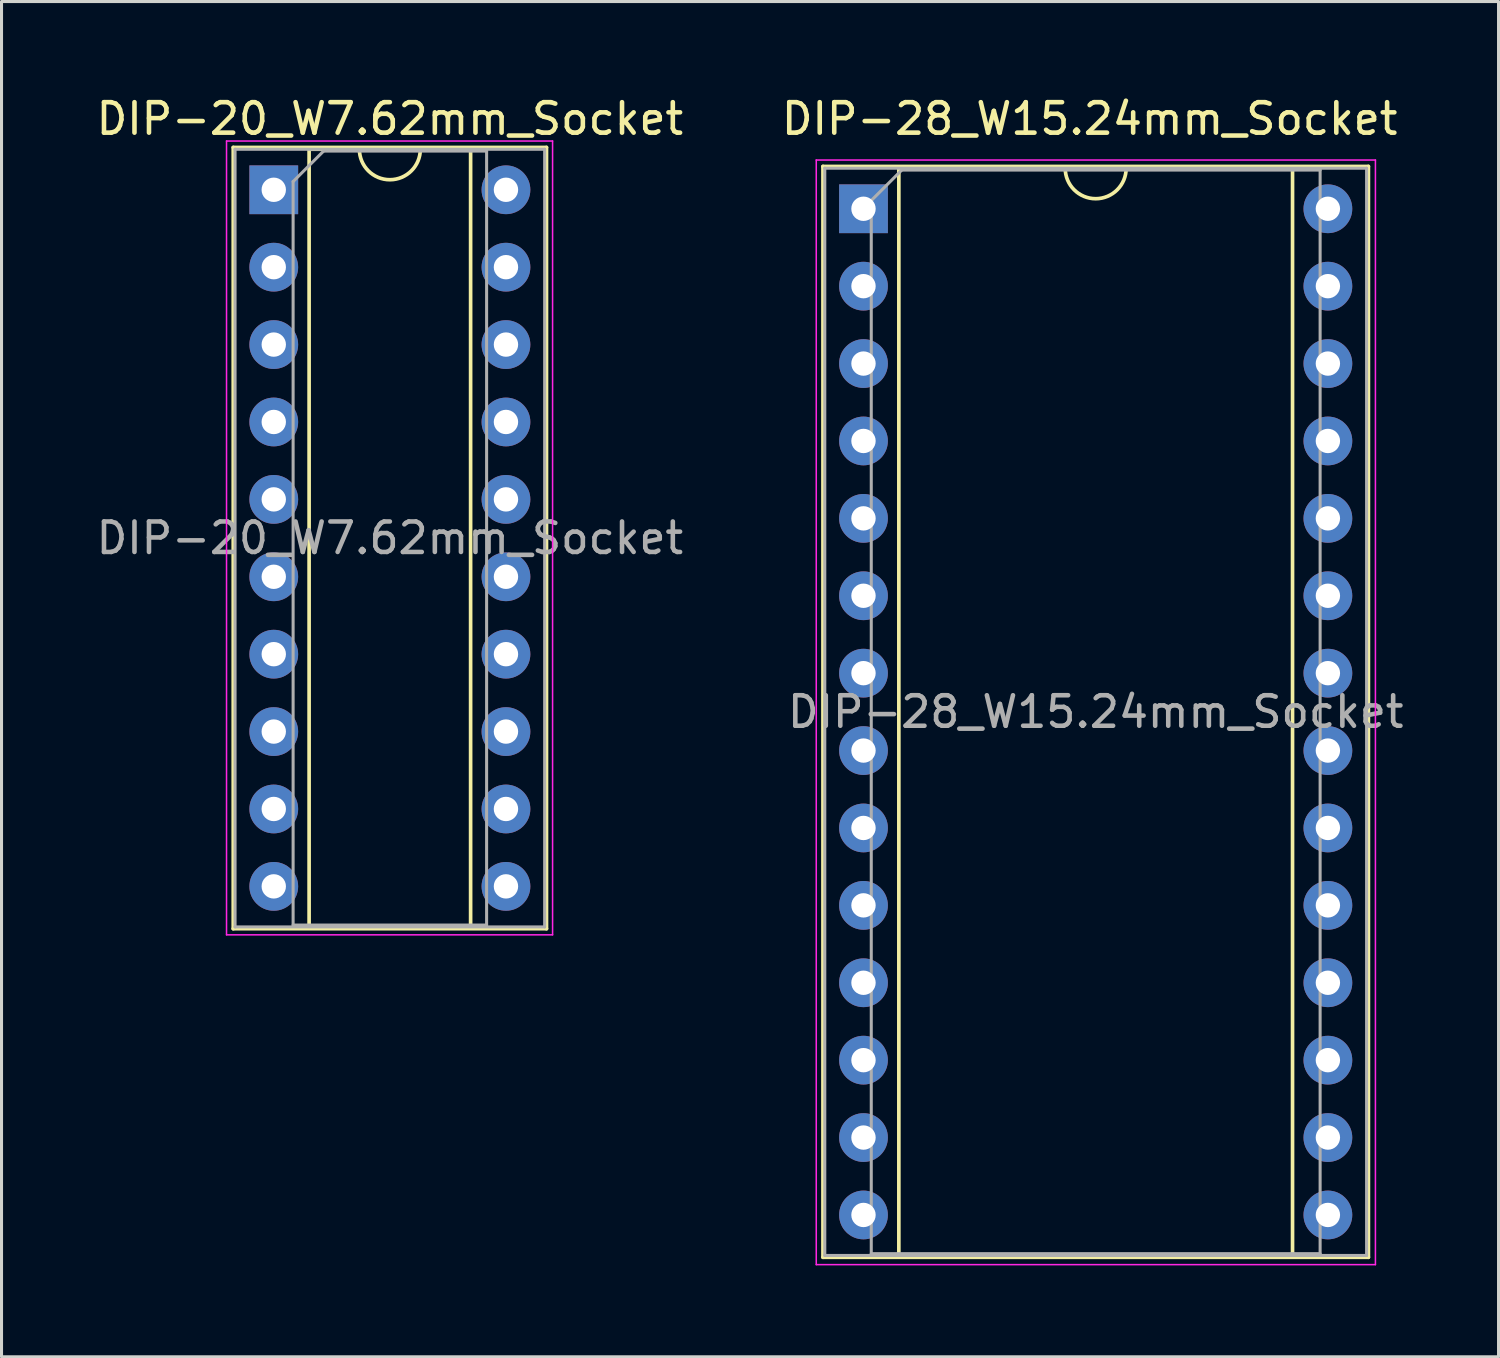
<source format=kicad_pcb>
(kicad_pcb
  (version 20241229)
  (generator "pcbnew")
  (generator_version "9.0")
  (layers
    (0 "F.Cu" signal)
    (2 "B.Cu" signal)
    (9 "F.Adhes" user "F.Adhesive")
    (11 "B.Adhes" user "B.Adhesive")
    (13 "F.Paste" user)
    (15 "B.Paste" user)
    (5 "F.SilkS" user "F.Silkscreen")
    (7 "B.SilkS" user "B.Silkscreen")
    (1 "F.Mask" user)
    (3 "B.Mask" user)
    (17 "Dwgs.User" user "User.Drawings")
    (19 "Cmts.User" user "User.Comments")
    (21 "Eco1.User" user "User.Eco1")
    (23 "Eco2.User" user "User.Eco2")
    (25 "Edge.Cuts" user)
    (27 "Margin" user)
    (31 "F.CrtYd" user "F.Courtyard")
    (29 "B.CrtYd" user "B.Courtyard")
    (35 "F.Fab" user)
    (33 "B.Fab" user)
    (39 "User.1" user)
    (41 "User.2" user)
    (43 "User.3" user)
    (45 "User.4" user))
  (footprint "DIP-20_W7.62mm_Socket"
    (layer "F.Cu")
    (at 5.934 3.178)
    (property "Reference" "DIP-20_W7.62mm_Socket" (at 3.81 -2.33 0) (layer "F.SilkS") (effects (font (size 1 1) (thickness 0.15))))
    (attr through_hole)
    (fp_line (start -1.33 -1.39) (end -1.33 24.25) (stroke (width 0.12) (type solid)) (layer "F.SilkS"))
    (fp_line (start -1.33 24.25) (end 8.95 24.25) (stroke (width 0.12) (type solid)) (layer "F.SilkS"))
    (fp_line (start 1.16 -1.33) (end 1.16 24.19) (stroke (width 0.12) (type solid)) (layer "F.SilkS"))
    (fp_line (start 1.16 24.19) (end 6.46 24.19) (stroke (width 0.12) (type solid)) (layer "F.SilkS"))
    (fp_line (start 2.81 -1.33) (end 1.16 -1.33) (stroke (width 0.12) (type solid)) (layer "F.SilkS"))
    (fp_line (start 6.46 -1.33) (end 4.81 -1.33) (stroke (width 0.12) (type solid)) (layer "F.SilkS"))
    (fp_line (start 6.46 24.19) (end 6.46 -1.33) (stroke (width 0.12) (type solid)) (layer "F.SilkS"))
    (fp_line (start 8.95 -1.39) (end -1.33 -1.39) (stroke (width 0.12) (type solid)) (layer "F.SilkS"))
    (fp_line (start 8.95 24.25) (end 8.95 -1.39) (stroke (width 0.12) (type solid)) (layer "F.SilkS"))
    (fp_arc (start 4.81 -1.33) (mid 3.81 -0.33) (end 2.81 -1.33) (stroke (width 0.12) (type solid)) (layer "F.SilkS"))
    (fp_line (start -1.55 -1.6) (end -1.55 24.45) (stroke (width 0.05) (type solid)) (layer "F.CrtYd"))
    (fp_line (start -1.55 24.45) (end 9.15 24.45) (stroke (width 0.05) (type solid)) (layer "F.CrtYd"))
    (fp_line (start 9.15 -1.6) (end -1.55 -1.6) (stroke (width 0.05) (type solid)) (layer "F.CrtYd"))
    (fp_line (start 9.15 24.45) (end 9.15 -1.6) (stroke (width 0.05) (type solid)) (layer "F.CrtYd"))
    (fp_line (start -1.27 -1.33) (end -1.27 24.19) (stroke (width 0.1) (type solid)) (layer "F.Fab"))
    (fp_line (start -1.27 24.19) (end 8.89 24.19) (stroke (width 0.1) (type solid)) (layer "F.Fab"))
    (fp_line (start 0.635 -0.27) (end 1.635 -1.27) (stroke (width 0.1) (type solid)) (layer "F.Fab"))
    (fp_line (start 0.635 24.13) (end 0.635 -0.27) (stroke (width 0.1) (type solid)) (layer "F.Fab"))
    (fp_line (start 1.635 -1.27) (end 6.985 -1.27) (stroke (width 0.1) (type solid)) (layer "F.Fab"))
    (fp_line (start 6.985 -1.27) (end 6.985 24.13) (stroke (width 0.1) (type solid)) (layer "F.Fab"))
    (fp_line (start 6.985 24.13) (end 0.635 24.13) (stroke (width 0.1) (type solid)) (layer "F.Fab"))
    (fp_line (start 8.89 -1.33) (end -1.27 -1.33) (stroke (width 0.1) (type solid)) (layer "F.Fab"))
    (fp_line (start 8.89 24.19) (end 8.89 -1.33) (stroke (width 0.1) (type solid)) (layer "F.Fab"))
    (fp_text user "${REFERENCE}" (at 3.81 11.43 0) (layer "F.Fab") (effects (font (size 1 1) (thickness 0.15))))
    (pad "1" thru_hole rect (at 0 0) (size 1.6 1.6) (drill 0.8) (layers "*.Cu" "*.Mask"))
    (pad "2" thru_hole oval (at 0 2.54) (size 1.6 1.6) (drill 0.8) (layers "*.Cu" "*.Mask"))
    (pad "3" thru_hole oval (at 0 5.08) (size 1.6 1.6) (drill 0.8) (layers "*.Cu" "*.Mask"))
    (pad "4" thru_hole oval (at 0 7.62) (size 1.6 1.6) (drill 0.8) (layers "*.Cu" "*.Mask"))
    (pad "5" thru_hole oval (at 0 10.16) (size 1.6 1.6) (drill 0.8) (layers "*.Cu" "*.Mask"))
    (pad "6" thru_hole oval (at 0 12.7) (size 1.6 1.6) (drill 0.8) (layers "*.Cu" "*.Mask"))
    (pad "7" thru_hole oval (at 0 15.24) (size 1.6 1.6) (drill 0.8) (layers "*.Cu" "*.Mask"))
    (pad "8" thru_hole oval (at 0 17.78) (size 1.6 1.6) (drill 0.8) (layers "*.Cu" "*.Mask"))
    (pad "9" thru_hole oval (at 0 20.32) (size 1.6 1.6) (drill 0.8) (layers "*.Cu" "*.Mask"))
    (pad "10" thru_hole oval (at 0 22.86) (size 1.6 1.6) (drill 0.8) (layers "*.Cu" "*.Mask"))
    (pad "11" thru_hole oval (at 7.62 22.86) (size 1.6 1.6) (drill 0.8) (layers "*.Cu" "*.Mask"))
    (pad "12" thru_hole oval (at 7.62 20.32) (size 1.6 1.6) (drill 0.8) (layers "*.Cu" "*.Mask"))
    (pad "13" thru_hole oval (at 7.62 17.78) (size 1.6 1.6) (drill 0.8) (layers "*.Cu" "*.Mask"))
    (pad "14" thru_hole oval (at 7.62 15.24) (size 1.6 1.6) (drill 0.8) (layers "*.Cu" "*.Mask"))
    (pad "15" thru_hole oval (at 7.62 12.7) (size 1.6 1.6) (drill 0.8) (layers "*.Cu" "*.Mask"))
    (pad "16" thru_hole oval (at 7.62 10.16) (size 1.6 1.6) (drill 0.8) (layers "*.Cu" "*.Mask"))
    (pad "17" thru_hole oval (at 7.62 7.62) (size 1.6 1.6) (drill 0.8) (layers "*.Cu" "*.Mask"))
    (pad "18" thru_hole oval (at 7.62 5.08) (size 1.6 1.6) (drill 0.8) (layers "*.Cu" "*.Mask"))
    (pad "19" thru_hole oval (at 7.62 2.54) (size 1.6 1.6) (drill 0.8) (layers "*.Cu" "*.Mask"))
    (pad "20" thru_hole oval (at 7.62 0) (size 1.6 1.6) (drill 0.8) (layers "*.Cu" "*.Mask")))
  (footprint "DIP-28_W15.24mm_Socket"
    (layer "F.Cu")
    (at 25.287 3.801)
    (property "Reference" "DIP-28_W15.24mm_Socket" (at 7.421 -2.953 0) (layer "F.SilkS") (effects (font (size 1 1) (thickness 0.15))))
    (attr through_hole)
    (fp_line (start -1.33 -1.39) (end -1.33 34.41) (stroke (width 0.12) (type solid)) (layer "F.SilkS"))
    (fp_line (start -1.33 34.41) (end 16.57 34.41) (stroke (width 0.12) (type solid)) (layer "F.SilkS"))
    (fp_line (start 1.16 -1.33) (end 1.16 34.35) (stroke (width 0.12) (type solid)) (layer "F.SilkS"))
    (fp_line (start 1.16 34.35) (end 14.08 34.35) (stroke (width 0.12) (type solid)) (layer "F.SilkS"))
    (fp_line (start 6.62 -1.33) (end 1.16 -1.33) (stroke (width 0.12) (type solid)) (layer "F.SilkS"))
    (fp_line (start 14.08 -1.33) (end 8.62 -1.33) (stroke (width 0.12) (type solid)) (layer "F.SilkS"))
    (fp_line (start 14.08 34.35) (end 14.08 -1.33) (stroke (width 0.12) (type solid)) (layer "F.SilkS"))
    (fp_line (start 16.57 -1.39) (end -1.33 -1.39) (stroke (width 0.12) (type solid)) (layer "F.SilkS"))
    (fp_line (start 16.57 34.41) (end 16.57 -1.39) (stroke (width 0.12) (type solid)) (layer "F.SilkS"))
    (fp_arc (start 8.62 -1.33) (mid 7.62 -0.33) (end 6.62 -1.33) (stroke (width 0.12) (type solid)) (layer "F.SilkS"))
    (fp_line (start -1.55 -1.6) (end -1.55 34.65) (stroke (width 0.05) (type solid)) (layer "F.CrtYd"))
    (fp_line (start -1.55 34.65) (end 16.8 34.65) (stroke (width 0.05) (type solid)) (layer "F.CrtYd"))
    (fp_line (start 16.8 -1.6) (end -1.55 -1.6) (stroke (width 0.05) (type solid)) (layer "F.CrtYd"))
    (fp_line (start 16.8 34.65) (end 16.8 -1.6) (stroke (width 0.05) (type solid)) (layer "F.CrtYd"))
    (fp_line (start -1.27 -1.33) (end -1.27 34.35) (stroke (width 0.1) (type solid)) (layer "F.Fab"))
    (fp_line (start -1.27 34.35) (end 16.51 34.35) (stroke (width 0.1) (type solid)) (layer "F.Fab"))
    (fp_line (start 0.255 -0.27) (end 1.255 -1.27) (stroke (width 0.1) (type solid)) (layer "F.Fab"))
    (fp_line (start 0.255 34.29) (end 0.255 -0.27) (stroke (width 0.1) (type solid)) (layer "F.Fab"))
    (fp_line (start 1.255 -1.27) (end 14.985 -1.27) (stroke (width 0.1) (type solid)) (layer "F.Fab"))
    (fp_line (start 14.985 -1.27) (end 14.985 34.29) (stroke (width 0.1) (type solid)) (layer "F.Fab"))
    (fp_line (start 14.985 34.29) (end 0.255 34.29) (stroke (width 0.1) (type solid)) (layer "F.Fab"))
    (fp_line (start 16.51 -1.33) (end -1.27 -1.33) (stroke (width 0.1) (type solid)) (layer "F.Fab"))
    (fp_line (start 16.51 34.35) (end 16.51 -1.33) (stroke (width 0.1) (type solid)) (layer "F.Fab"))
    (fp_text user "${REFERENCE}" (at 7.62 16.51 0) (layer "F.Fab") (effects (font (size 1 1) (thickness 0.15))))
    (pad "1" thru_hole rect (at 0 0) (size 1.6 1.6) (drill 0.8) (layers "*.Cu" "*.Mask"))
    (pad "2" thru_hole oval (at 0 2.54) (size 1.6 1.6) (drill 0.8) (layers "*.Cu" "*.Mask"))
    (pad "3" thru_hole oval (at 0 5.08) (size 1.6 1.6) (drill 0.8) (layers "*.Cu" "*.Mask"))
    (pad "4" thru_hole oval (at 0 7.62) (size 1.6 1.6) (drill 0.8) (layers "*.Cu" "*.Mask"))
    (pad "5" thru_hole oval (at 0 10.16) (size 1.6 1.6) (drill 0.8) (layers "*.Cu" "*.Mask"))
    (pad "6" thru_hole oval (at 0 12.7) (size 1.6 1.6) (drill 0.8) (layers "*.Cu" "*.Mask"))
    (pad "7" thru_hole oval (at 0 15.24) (size 1.6 1.6) (drill 0.8) (layers "*.Cu" "*.Mask"))
    (pad "8" thru_hole oval (at 0 17.78) (size 1.6 1.6) (drill 0.8) (layers "*.Cu" "*.Mask"))
    (pad "9" thru_hole oval (at 0 20.32) (size 1.6 1.6) (drill 0.8) (layers "*.Cu" "*.Mask"))
    (pad "10" thru_hole oval (at 0 22.86) (size 1.6 1.6) (drill 0.8) (layers "*.Cu" "*.Mask"))
    (pad "11" thru_hole oval (at 0 25.4) (size 1.6 1.6) (drill 0.8) (layers "*.Cu" "*.Mask"))
    (pad "12" thru_hole oval (at 0 27.94) (size 1.6 1.6) (drill 0.8) (layers "*.Cu" "*.Mask"))
    (pad "13" thru_hole oval (at 0 30.48) (size 1.6 1.6) (drill 0.8) (layers "*.Cu" "*.Mask"))
    (pad "14" thru_hole oval (at 0 33.02) (size 1.6 1.6) (drill 0.8) (layers "*.Cu" "*.Mask"))
    (pad "15" thru_hole oval (at 15.24 33.02) (size 1.6 1.6) (drill 0.8) (layers "*.Cu" "*.Mask"))
    (pad "16" thru_hole oval (at 15.24 30.48) (size 1.6 1.6) (drill 0.8) (layers "*.Cu" "*.Mask"))
    (pad "17" thru_hole oval (at 15.24 27.94) (size 1.6 1.6) (drill 0.8) (layers "*.Cu" "*.Mask"))
    (pad "18" thru_hole oval (at 15.24 25.4) (size 1.6 1.6) (drill 0.8) (layers "*.Cu" "*.Mask"))
    (pad "19" thru_hole oval (at 15.24 22.86) (size 1.6 1.6) (drill 0.8) (layers "*.Cu" "*.Mask"))
    (pad "20" thru_hole oval (at 15.24 20.32) (size 1.6 1.6) (drill 0.8) (layers "*.Cu" "*.Mask"))
    (pad "21" thru_hole oval (at 15.24 17.78) (size 1.6 1.6) (drill 0.8) (layers "*.Cu" "*.Mask"))
    (pad "22" thru_hole oval (at 15.24 15.24) (size 1.6 1.6) (drill 0.8) (layers "*.Cu" "*.Mask"))
    (pad "23" thru_hole oval (at 15.24 12.7) (size 1.6 1.6) (drill 0.8) (layers "*.Cu" "*.Mask"))
    (pad "24" thru_hole oval (at 15.24 10.16) (size 1.6 1.6) (drill 0.8) (layers "*.Cu" "*.Mask"))
    (pad "25" thru_hole oval (at 15.24 7.62) (size 1.6 1.6) (drill 0.8) (layers "*.Cu" "*.Mask"))
    (pad "26" thru_hole oval (at 15.24 5.08) (size 1.6 1.6) (drill 0.8) (layers "*.Cu" "*.Mask"))
    (pad "27" thru_hole oval (at 15.24 2.54) (size 1.6 1.6) (drill 0.8) (layers "*.Cu" "*.Mask"))
    (pad "28" thru_hole oval (at 15.24 0) (size 1.6 1.6) (drill 0.8) (layers "*.Cu" "*.Mask")))
  (gr_rect
    (start -3 -3)
    (end 46.127 41.476)
    (stroke (width 0.1) (type default))
    (fill no)
    (layer "Edge.Cuts")))
</source>
